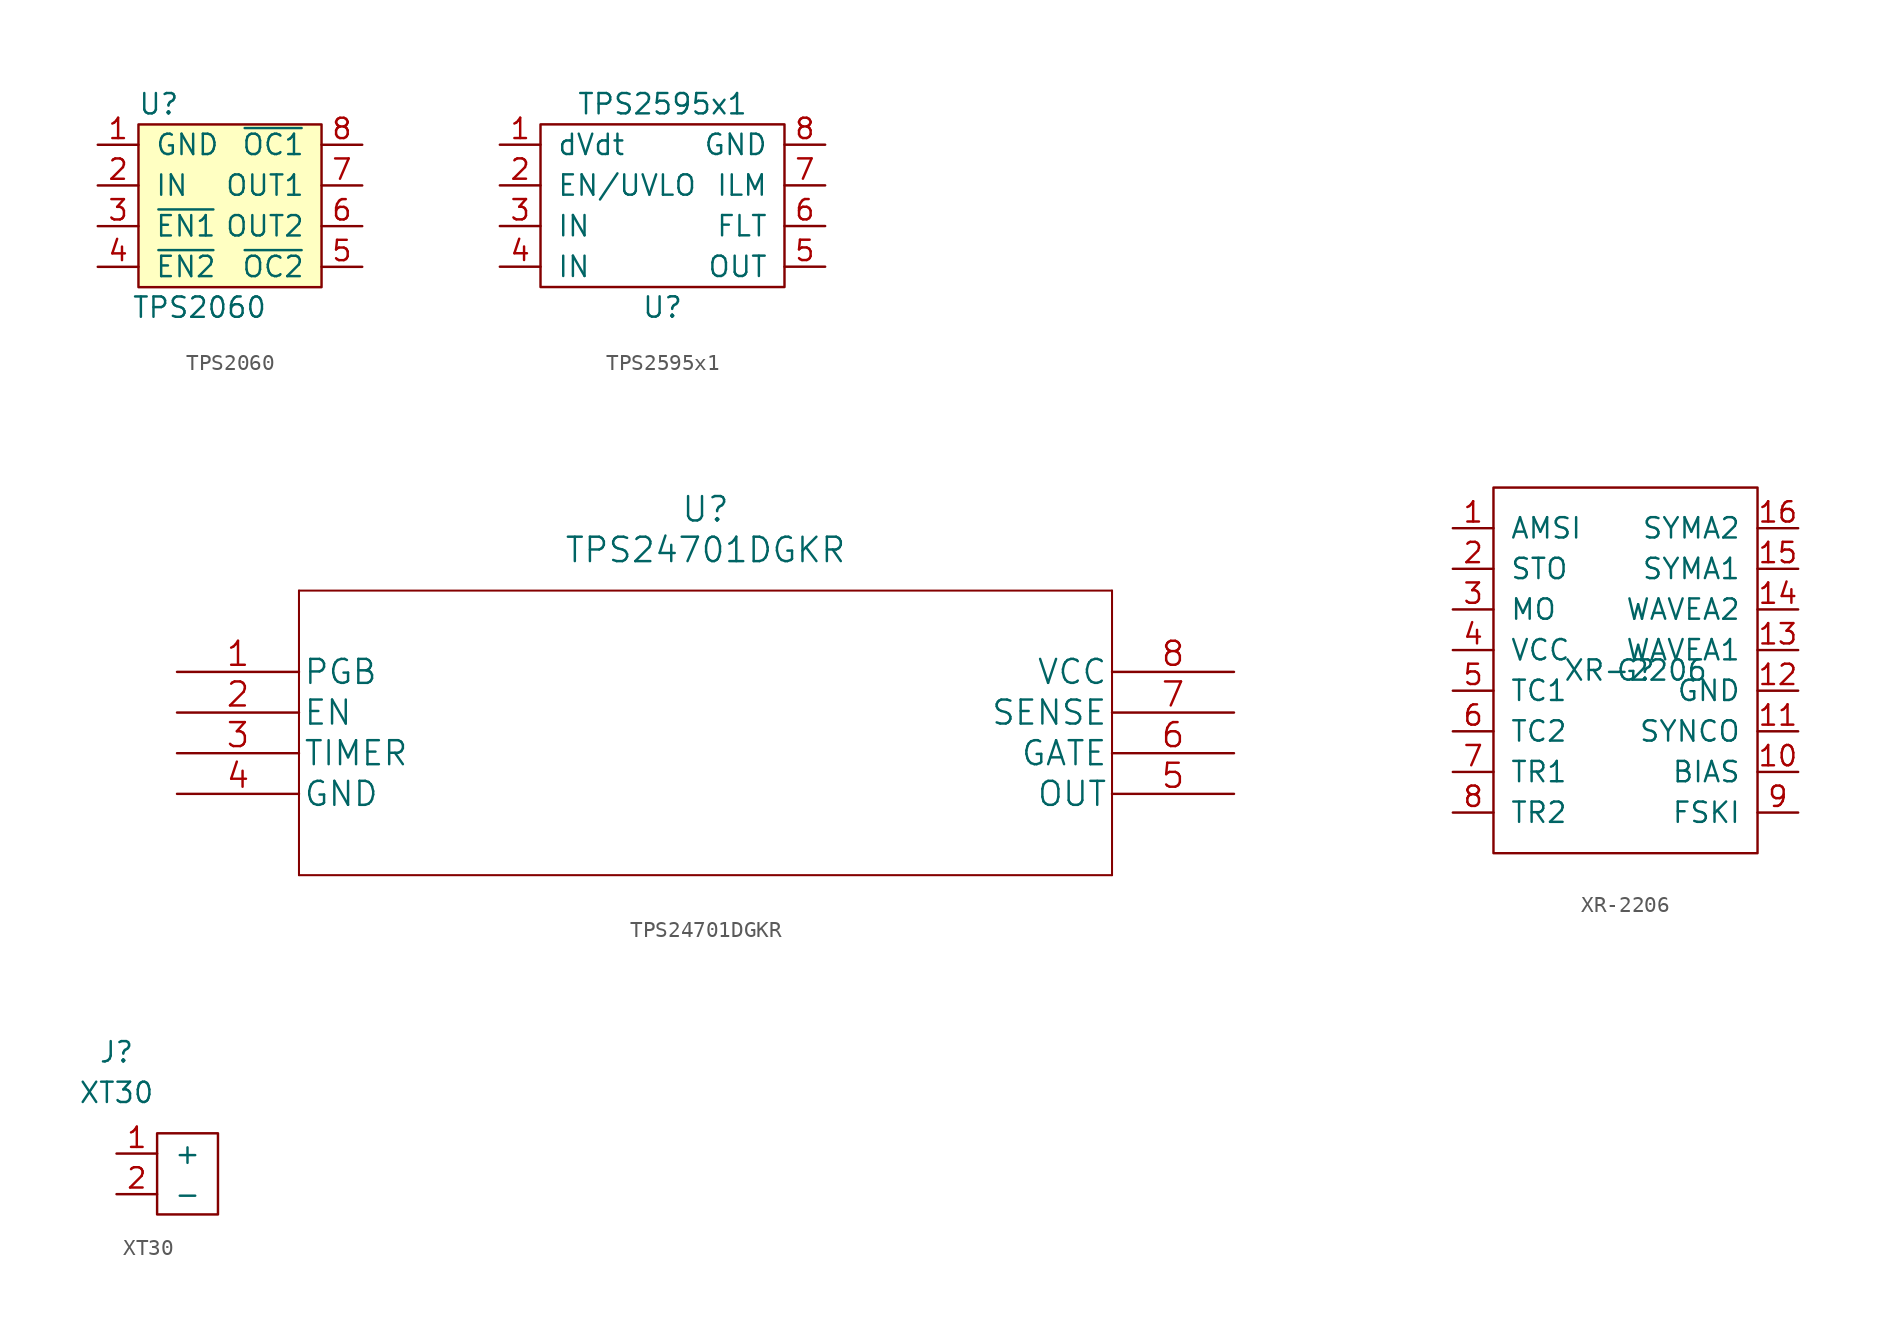
<source format=kicad_sym>
(kicad_symbol_lib
  (version 20211014)
  (generator kicad_symbol_editor)
  (symbol "TPS2060"
    (pin_names
      (offset 1.016))
    (property "Reference" "U"
      (at -1.27 6.35 0)
      (effects (font (size 1.27 1.27))))
    (property "Value" "TPS2060"
      (at 1.27 -6.35 0)
      (effects (font (size 1.27 1.27))))
    (symbol "TPS2060_0_1"
      (rectangle (start -2.54 5.08) (end 8.89 -5.08) (stroke (width 0) (type default) (color 0 0 0 0)) (fill (type background))))
    (symbol "TPS2060_1_1"
      (pin power_in line (at -5.08 3.81 0) (length 2.54) (name "GND" (effects (font (size 1.27 1.27)))) (number "1" (effects (font (size 1.27 1.27)))))
      (pin power_in line (at -5.08 1.27 0) (length 2.54) (name "IN" (effects (font (size 1.27 1.27)))) (number "2" (effects (font (size 1.27 1.27)))))
      (pin input line (at -5.08 -1.27 0) (length 2.54) (name "~{EN1}" (effects (font (size 1.27 1.27)))) (number "3" (effects (font (size 1.27 1.27)))))
      (pin input line (at -5.08 -3.81 0) (length 2.54) (name "~{EN2}" (effects (font (size 1.27 1.27)))) (number "4" (effects (font (size 1.27 1.27)))))
      (pin output line (at 11.43 -3.81 180) (length 2.54) (name "~{OC2}" (effects (font (size 1.27 1.27)))) (number "5" (effects (font (size 1.27 1.27)))))
      (pin power_out line (at 11.43 -1.27 180) (length 2.54) (name "OUT2" (effects (font (size 1.27 1.27)))) (number "6" (effects (font (size 1.27 1.27)))))
      (pin power_out line (at 11.43 1.27 180) (length 2.54) (name "OUT1" (effects (font (size 1.27 1.27)))) (number "7" (effects (font (size 1.27 1.27)))))
      (pin output line (at 11.43 3.81 180) (length 2.54) (name "~{OC1}" (effects (font (size 1.27 1.27)))) (number "8" (effects (font (size 1.27 1.27)))))))
  (symbol "TPS2595x1"
    (pin_names
      (offset 1.016))
    (property "Reference" "U"
      (at 10.16 -10.16 0)
      (effects (font (size 1.27 1.27))))
    (property "Value" "TPS2595x1"
      (at 10.16 2.54 0)
      (effects (font (size 1.27 1.27))))
    (symbol "TPS2595x1_0_1"
      (rectangle (start 2.54 -8.89) (end 17.78 1.27) (stroke (width 0) (type default) (color 0 0 0 0)) (fill (type none))))
    (symbol "TPS2595x1_1_1"
      (pin input line (at 0 0 0) (length 2.54) (name "dVdt" (effects (font (size 1.27 1.27)))) (number "1" (effects (font (size 1.27 1.27)))))
      (pin input line (at 0 -2.54 0) (length 2.54) (name "EN/UVLO" (effects (font (size 1.27 1.27)))) (number "2" (effects (font (size 1.27 1.27)))))
      (pin input line (at 0 -5.08 0) (length 2.54) (name "IN" (effects (font (size 1.27 1.27)))) (number "3" (effects (font (size 1.27 1.27)))))
      (pin input line (at 0 -7.62 0) (length 2.54) (name "IN" (effects (font (size 1.27 1.27)))) (number "4" (effects (font (size 1.27 1.27)))))
      (pin input line (at 20.32 -7.62 180) (length 2.54) (name "OUT" (effects (font (size 1.27 1.27)))) (number "5" (effects (font (size 1.27 1.27)))))
      (pin input line (at 20.32 -5.08 180) (length 2.54) (name "FLT" (effects (font (size 1.27 1.27)))) (number "6" (effects (font (size 1.27 1.27)))))
      (pin input line (at 20.32 -2.54 180) (length 2.54) (name "ILM" (effects (font (size 1.27 1.27)))) (number "7" (effects (font (size 1.27 1.27)))))
      (pin input line (at 20.32 0 180) (length 2.54) (name "GND" (effects (font (size 1.27 1.27)))) (number "8" (effects (font (size 1.27 1.27)))))))
  (symbol "TPS24701DGKR"
    (pin_names
      (offset 0.254))
    (property "Reference" "U"
      (at 33.02 10.16 0)
      (effects (font (size 1.524 1.524))))
    (property "Value" "TPS24701DGKR"
      (at 33.02 7.62 0)
      (effects (font (size 1.524 1.524))))
    (property "Datasheet" ""
      (at 0 0 0)
      (effects (font (size 1.524 1.524))))
    (property "ki_locked" ""
      (at 0 0 0)
      (effects (font (size 1.27 1.27))))
    (symbol "TPS24701DGKR_1_1"
      (polyline (pts (xy 7.62 -12.7) (xy 58.42 -12.7)) (stroke (width 0.127) (type default) (color 0 0 0 0)) (fill (type none)))
      (polyline (pts (xy 7.62 5.08) (xy 7.62 -12.7)) (stroke (width 0.127) (type default) (color 0 0 0 0)) (fill (type none)))
      (polyline (pts (xy 58.42 -12.7) (xy 58.42 5.08)) (stroke (width 0.127) (type default) (color 0 0 0 0)) (fill (type none)))
      (polyline (pts (xy 58.42 5.08) (xy 7.62 5.08)) (stroke (width 0.127) (type default) (color 0 0 0 0)) (fill (type none)))
      (pin output line (at 0 0 0) (length 7.62) (name "PGB" (effects (font (size 1.499 1.499)))) (number "1" (effects (font (size 1.499 1.499)))))
      (pin input line (at 0 -2.54 0) (length 7.62) (name "EN" (effects (font (size 1.499 1.499)))) (number "2" (effects (font (size 1.499 1.499)))))
      (pin bidirectional line (at 0 -5.08 0) (length 7.62) (name "TIMER" (effects (font (size 1.499 1.499)))) (number "3" (effects (font (size 1.499 1.499)))))
      (pin power_in line (at 0 -7.62 0) (length 7.62) (name "GND" (effects (font (size 1.499 1.499)))) (number "4" (effects (font (size 1.499 1.499)))))
      (pin input line (at 66.04 -7.62 180) (length 7.62) (name "OUT" (effects (font (size 1.499 1.499)))) (number "5" (effects (font (size 1.499 1.499)))))
      (pin output line (at 66.04 -5.08 180) (length 7.62) (name "GATE" (effects (font (size 1.499 1.499)))) (number "6" (effects (font (size 1.499 1.499)))))
      (pin input line (at 66.04 -2.54 180) (length 7.62) (name "SENSE" (effects (font (size 1.499 1.499)))) (number "7" (effects (font (size 1.499 1.499)))))
      (pin input line (at 66.04 0 180) (length 7.62) (name "VCC" (effects (font (size 1.499 1.499)))) (number "8" (effects (font (size 1.499 1.499)))))))
  (symbol "XR-2206"
    (pin_names
      (offset 1.016))
    (property "Reference" "G"
      (at 0 0 0)
      (effects (font (size 1.27 1.27))))
    (property "Value" "XR-2206"
      (at 0 0 0)
      (effects (font (size 1.27 1.27))))
    (symbol "XR-2206_0_1"
      (polyline (pts (xy -8.89 11.43) (xy 7.62 11.43) (xy 7.62 -11.43) (xy -8.89 -11.43) (xy -8.89 11.43)) (stroke (width 0) (type default) (color 0 0 0 0)) (fill (type none))))
    (symbol "XR-2206_1_1"
      (pin input line (at -11.43 8.89 0) (length 2.54) (name "AMSI" (effects (font (size 1.27 1.27)))) (number "1" (effects (font (size 1.27 1.27)))))
      (pin output line (at 10.16 -6.35 180) (length 2.54) (name "BIAS" (effects (font (size 1.27 1.27)))) (number "10" (effects (font (size 1.27 1.27)))))
      (pin output line (at 10.16 -3.81 180) (length 2.54) (name "SYNCO" (effects (font (size 1.27 1.27)))) (number "11" (effects (font (size 1.27 1.27)))))
      (pin power_in line (at 10.16 -1.27 180) (length 2.54) (name "GND" (effects (font (size 1.27 1.27)))) (number "12" (effects (font (size 1.27 1.27)))))
      (pin input line (at 10.16 1.27 180) (length 2.54) (name "WAVEA1" (effects (font (size 1.27 1.27)))) (number "13" (effects (font (size 1.27 1.27)))))
      (pin input line (at 10.16 3.81 180) (length 2.54) (name "WAVEA2" (effects (font (size 1.27 1.27)))) (number "14" (effects (font (size 1.27 1.27)))))
      (pin input line (at 10.16 6.35 180) (length 2.54) (name "SYMA1" (effects (font (size 1.27 1.27)))) (number "15" (effects (font (size 1.27 1.27)))))
      (pin input line (at 10.16 8.89 180) (length 2.54) (name "SYMA2" (effects (font (size 1.27 1.27)))) (number "16" (effects (font (size 1.27 1.27)))))
      (pin output line (at -11.43 6.35 0) (length 2.54) (name "STO" (effects (font (size 1.27 1.27)))) (number "2" (effects (font (size 1.27 1.27)))))
      (pin output line (at -11.43 3.81 0) (length 2.54) (name "MO" (effects (font (size 1.27 1.27)))) (number "3" (effects (font (size 1.27 1.27)))))
      (pin power_in line (at -11.43 1.27 0) (length 2.54) (name "VCC" (effects (font (size 1.27 1.27)))) (number "4" (effects (font (size 1.27 1.27)))))
      (pin input line (at -11.43 -1.27 0) (length 2.54) (name "TC1" (effects (font (size 1.27 1.27)))) (number "5" (effects (font (size 1.27 1.27)))))
      (pin input line (at -11.43 -3.81 0) (length 2.54) (name "TC2" (effects (font (size 1.27 1.27)))) (number "6" (effects (font (size 1.27 1.27)))))
      (pin output line (at -11.43 -6.35 0) (length 2.54) (name "TR1" (effects (font (size 1.27 1.27)))) (number "7" (effects (font (size 1.27 1.27)))))
      (pin output line (at -11.43 -8.89 0) (length 2.54) (name "TR2" (effects (font (size 1.27 1.27)))) (number "8" (effects (font (size 1.27 1.27)))))
      (pin input line (at 10.16 -8.89 180) (length 2.54) (name "FSKI" (effects (font (size 1.27 1.27)))) (number "9" (effects (font (size 1.27 1.27)))))))
  (symbol "XT30"
    (pin_names
      (offset 1.016))
    (property "Reference" "J"
      (at 0 6.35 0)
      (effects (font (size 1.27 1.27))))
    (property "Value" "XT30"
      (at 0 3.81 0)
      (effects (font (size 1.27 1.27))))
    (symbol "XT30_0_1"
      (rectangle (start 2.54 -3.81) (end 6.35 1.27) (stroke (width 0) (type default) (color 0 0 0 0)) (fill (type none))))
    (symbol "XT30_1_1"
      (pin bidirectional line (at 0 0 0) (length 2.54) (name "+" (effects (font (size 1.27 1.27)))) (number "1" (effects (font (size 1.27 1.27)))))
      (pin bidirectional line (at 0 -2.54 0) (length 2.54) (name "-" (effects (font (size 1.27 1.27)))) (number "2" (effects (font (size 1.27 1.27))))))))
</source>
